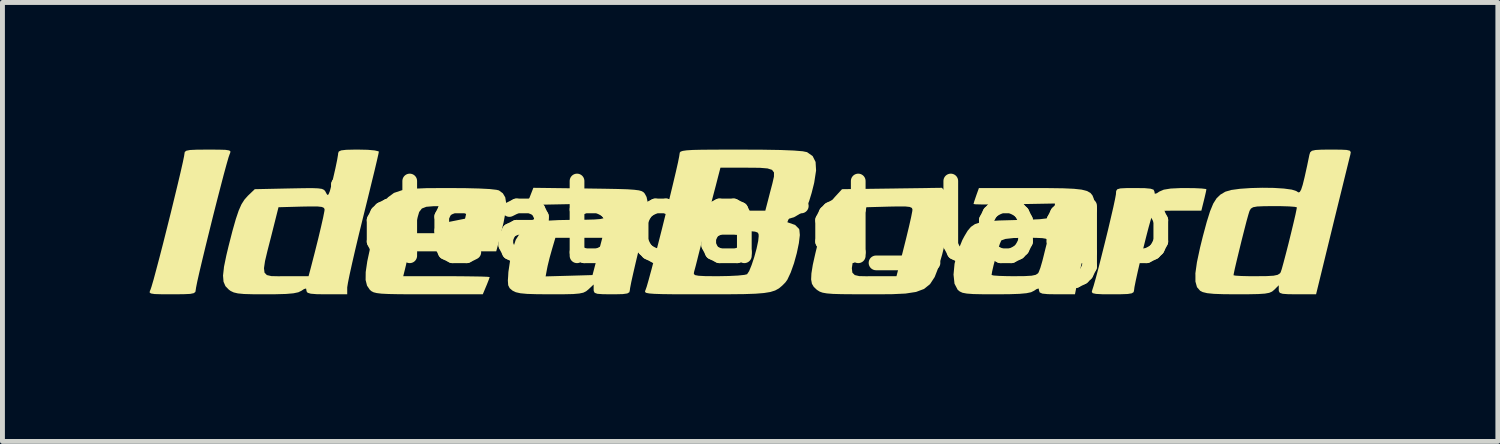
<source format=kicad_pcb>
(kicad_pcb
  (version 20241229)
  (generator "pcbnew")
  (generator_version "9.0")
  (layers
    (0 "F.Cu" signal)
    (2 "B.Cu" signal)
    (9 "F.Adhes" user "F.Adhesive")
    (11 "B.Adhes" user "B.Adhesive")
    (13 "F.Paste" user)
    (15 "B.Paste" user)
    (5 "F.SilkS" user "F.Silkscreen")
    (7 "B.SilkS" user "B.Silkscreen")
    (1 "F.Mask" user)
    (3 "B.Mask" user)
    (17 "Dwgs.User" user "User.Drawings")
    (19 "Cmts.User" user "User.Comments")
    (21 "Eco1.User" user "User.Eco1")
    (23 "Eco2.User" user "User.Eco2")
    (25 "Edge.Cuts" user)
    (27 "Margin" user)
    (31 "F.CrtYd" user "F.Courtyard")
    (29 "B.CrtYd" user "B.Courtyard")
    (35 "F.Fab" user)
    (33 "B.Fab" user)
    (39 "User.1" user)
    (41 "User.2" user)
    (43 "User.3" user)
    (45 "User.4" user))
  (footprint "ideaboard_logo"
    (layer "F.Cu")
    (at 12.234 1.475)
    (property "Reference" "ideaboard_logo" (at 0 0 0) (layer "F.SilkS") (effects (font (size 1.524 1.524) (thickness 0.3))))
    (attr board_only exclude_from_pos_files exclude_from_bom)
    (fp_poly (pts (xy -10.824 -1.474) (xy -10.686 -1.47) (xy -10.611 -1.458) (xy -10.585 -1.437) (xy -10.592 -1.404) (xy -10.6 -1.387) (xy -10.624 -1.319) (xy -10.665 -1.176) (xy -10.721 -0.971) (xy -10.787 -0.718) (xy -10.861 -0.432) (xy -10.939 -0.125) (xy -11.016 0.186) (xy -11.091 0.49) (xy -11.159 0.771) (xy -11.217 1.016) (xy -11.261 1.21) (xy -11.287 1.34) (xy -11.294 1.388) (xy -11.301 1.427) (xy -11.334 1.452) (xy -11.407 1.467) (xy -11.539 1.473) (xy -11.744 1.475) (xy -11.78 1.475) (xy -11.995 1.474) (xy -12.132 1.47) (xy -12.207 1.458) (xy -12.234 1.437) (xy -12.227 1.404) (xy -12.218 1.387) (xy -12.195 1.319) (xy -12.153 1.176) (xy -12.098 0.971) (xy -12.031 0.718) (xy -11.957 0.432) (xy -11.88 0.125) (xy -11.802 -0.186) (xy -11.728 -0.49) (xy -11.66 -0.771) (xy -11.602 -1.016) (xy -11.558 -1.21) (xy -11.531 -1.34) (xy -11.524 -1.388) (xy -11.517 -1.427) (xy -11.485 -1.452) (xy -11.411 -1.467) (xy -11.28 -1.473) (xy -11.075 -1.475) (xy -11.039 -1.475)) (stroke (width 0) (type solid)) (fill yes) (layer "F.SilkS"))
    (fp_poly (pts (xy 9.07 -0.689) (xy 9.215 -0.682) (xy 9.299 -0.672) (xy 9.312 -0.666) (xy 9.301 -0.609) (xy 9.275 -0.496) (xy 9.26 -0.435) (xy 9.209 -0.23) (xy 8.729 -0.23) (xy 8.513 -0.229) (xy 8.372 -0.223) (xy 8.286 -0.209) (xy 8.239 -0.182) (xy 8.211 -0.14) (xy 8.205 -0.127) (xy 8.176 -0.041) (xy 8.133 0.113) (xy 8.081 0.313) (xy 8.024 0.541) (xy 7.967 0.776) (xy 7.915 0.999) (xy 7.873 1.19) (xy 7.845 1.329) (xy 7.837 1.392) (xy 7.828 1.431) (xy 7.79 1.455) (xy 7.706 1.469) (xy 7.559 1.474) (xy 7.394 1.475) (xy 7.19 1.474) (xy 7.062 1.467) (xy 6.996 1.453) (xy 6.975 1.428) (xy 6.983 1.394) (xy 7.012 1.304) (xy 7.057 1.145) (xy 7.113 0.935) (xy 7.175 0.689) (xy 7.241 0.426) (xy 7.306 0.162) (xy 7.364 -0.085) (xy 7.414 -0.3) (xy 7.449 -0.465) (xy 7.467 -0.562) (xy 7.468 -0.577) (xy 7.472 -0.632) (xy 7.495 -0.666) (xy 7.556 -0.684) (xy 7.672 -0.69) (xy 7.86 -0.691) (xy 8.054 -0.689) (xy 8.173 -0.678) (xy 8.234 -0.658) (xy 8.251 -0.623) (xy 8.252 -0.62) (xy 8.26 -0.574) (xy 8.301 -0.585) (xy 8.354 -0.62) (xy 8.442 -0.658) (xy 8.584 -0.681) (xy 8.795 -0.691) (xy 8.884 -0.691)) (stroke (width 0) (type solid)) (fill yes) (layer "F.SilkS"))
    (fp_poly (pts (xy 4.033 -0.581) (xy 4.09 -0.517) (xy 4.126 -0.449) (xy 4.14 -0.362) (xy 4.131 -0.241) (xy 4.1 -0.07) (xy 4.046 0.166) (xy 4.009 0.32) (xy 3.926 0.658) (xy 3.85 0.923) (xy 3.772 1.123) (xy 3.677 1.268) (xy 3.555 1.366) (xy 3.392 1.427) (xy 3.177 1.46) (xy 2.897 1.473) (xy 2.541 1.475) (xy 2.438 1.475) (xy 2.117 1.474) (xy 1.875 1.472) (xy 1.698 1.467) (xy 1.574 1.457) (xy 1.488 1.442) (xy 1.429 1.421) (xy 1.381 1.391) (xy 1.366 1.38) (xy 1.307 1.324) (xy 1.269 1.26) (xy 1.253 1.172) (xy 1.259 1.048) (xy 1.276 0.943) (xy 2.083 0.943) (xy 2.094 1.034) (xy 2.143 1.083) (xy 2.233 1.104) (xy 2.37 1.107) (xy 2.534 1.106) (xy 2.993 1.106) (xy 3.038 0.933) (xy 3.118 0.623) (xy 3.189 0.34) (xy 3.248 0.096) (xy 3.291 -0.094) (xy 3.315 -0.217) (xy 3.319 -0.252) (xy 3.308 -0.285) (xy 3.263 -0.306) (xy 3.17 -0.316) (xy 3.012 -0.316) (xy 2.849 -0.313) (xy 2.38 -0.3) (xy 2.228 0.3) (xy 2.155 0.588) (xy 2.105 0.798) (xy 2.083 0.943) (xy 1.276 0.943) (xy 1.287 0.874) (xy 1.34 0.638) (xy 1.414 0.335) (xy 1.485 0.062) (xy 1.542 -0.139) (xy 1.593 -0.283) (xy 1.645 -0.388) (xy 1.703 -0.47) (xy 1.733 -0.505) (xy 1.883 -0.668) (xy 3.918 -0.696)) (stroke (width 0) (type solid)) (fill yes) (layer "F.SilkS"))
    (fp_poly (pts (xy -5.797 -0.689) (xy -5.516 -0.682) (xy -5.301 -0.671) (xy -5.161 -0.655) (xy -5.112 -0.643) (xy -5.032 -0.584) (xy -4.983 -0.501) (xy -4.964 -0.382) (xy -4.975 -0.215) (xy -5.017 0.011) (xy -5.089 0.308) (xy -5.12 0.426) (xy -5.167 0.599) (xy -6.949 0.599) (xy -6.976 0.732) (xy -7.007 0.879) (xy -7.033 0.986) (xy -7.063 1.106) (xy -6.182 1.106) (xy -5.909 1.107) (xy -5.67 1.11) (xy -5.479 1.113) (xy -5.352 1.118) (xy -5.302 1.123) (xy -5.301 1.124) (xy -5.317 1.173) (xy -5.357 1.275) (xy -5.371 1.308) (xy -5.441 1.475) (xy -6.547 1.475) (xy -6.895 1.475) (xy -7.163 1.473) (xy -7.363 1.469) (xy -7.506 1.462) (xy -7.604 1.45) (xy -7.668 1.434) (xy -7.712 1.411) (xy -7.744 1.383) (xy -7.801 1.299) (xy -7.83 1.183) (xy -7.828 1.021) (xy -7.796 0.802) (xy -7.734 0.514) (xy -7.696 0.36) (xy -7.663 0.23) (xy -6.833 0.23) (xy -5.87 0.23) (xy -5.816 -0.004) (xy -5.785 -0.145) (xy -5.766 -0.249) (xy -5.762 -0.28) (xy -5.805 -0.298) (xy -5.921 -0.312) (xy -6.089 -0.321) (xy -6.224 -0.323) (xy -6.445 -0.321) (xy -6.592 -0.309) (xy -6.683 -0.274) (xy -6.738 -0.203) (xy -6.773 -0.084) (xy -6.802 0.064) (xy -6.833 0.23) (xy -7.663 0.23) (xy -7.617 0.053) (xy -7.545 -0.188) (xy -7.468 -0.37) (xy -7.375 -0.502) (xy -7.252 -0.592) (xy -7.088 -0.647) (xy -6.871 -0.677) (xy -6.588 -0.689) (xy -6.228 -0.691) (xy -6.133 -0.691)) (stroke (width 0) (type solid)) (fill yes) (layer "F.SilkS"))
    (fp_poly (pts (xy -3.307 -0.682) (xy -2.959 -0.677) (xy -2.692 -0.672) (xy -2.494 -0.666) (xy -2.353 -0.656) (xy -2.258 -0.644) (xy -2.199 -0.627) (xy -2.162 -0.604) (xy -2.14 -0.579) (xy -2.102 -0.509) (xy -2.083 -0.42) (xy -2.083 -0.298) (xy -2.105 -0.131) (xy -2.149 0.094) (xy -2.217 0.389) (xy -2.259 0.559) (xy -2.32 0.814) (xy -2.373 1.042) (xy -2.414 1.226) (xy -2.438 1.35) (xy -2.443 1.391) (xy -2.453 1.433) (xy -2.495 1.458) (xy -2.587 1.471) (xy -2.748 1.475) (xy -2.812 1.475) (xy -2.995 1.473) (xy -3.105 1.465) (xy -3.16 1.445) (xy -3.179 1.408) (xy -3.181 1.375) (xy -3.181 1.275) (xy -3.287 1.375) (xy -3.335 1.414) (xy -3.392 1.442) (xy -3.474 1.459) (xy -3.598 1.47) (xy -3.78 1.474) (xy -4.036 1.475) (xy -4.061 1.475) (xy -4.337 1.473) (xy -4.536 1.467) (xy -4.674 1.454) (xy -4.767 1.433) (xy -4.83 1.403) (xy -4.836 1.399) (xy -4.893 1.351) (xy -4.923 1.291) (xy -4.93 1.195) (xy -4.924 1.11) (xy -4.16 1.11) (xy -3.682 1.097) (xy -3.204 1.083) (xy -3.104 0.703) (xy -3.004 0.323) (xy -3.961 0.323) (xy -4.03 0.557) (xy -4.078 0.728) (xy -4.118 0.891) (xy -4.13 0.95) (xy -4.16 1.11) (xy -4.924 1.11) (xy -4.92 1.034) (xy -4.919 1.019) (xy -4.864 0.652) (xy -4.769 0.364) (xy -4.635 0.155) (xy -4.462 0.029) (xy -4.424 0.014) (xy -4.312 -0.008) (xy -4.127 -0.026) (xy -3.889 -0.038) (xy -3.616 -0.043) (xy -3.609 -0.043) (xy -3.35 -0.045) (xy -3.168 -0.05) (xy -3.048 -0.059) (xy -2.974 -0.076) (xy -2.931 -0.101) (xy -2.905 -0.138) (xy -2.902 -0.142) (xy -2.872 -0.246) (xy -2.878 -0.308) (xy -2.899 -0.333) (xy -2.949 -0.351) (xy -3.039 -0.362) (xy -3.183 -0.367) (xy -3.392 -0.367) (xy -3.679 -0.363) (xy -3.726 -0.362) (xy -4.547 -0.346) (xy -4.478 -0.521) (xy -4.41 -0.696)) (stroke (width 0) (type solid)) (fill yes) (layer "F.SilkS"))
    (fp_poly (pts (xy -7.786 -1.471) (xy -7.644 -1.458) (xy -7.568 -1.44) (xy -7.56 -1.431) (xy -7.571 -1.376) (xy -7.601 -1.244) (xy -7.648 -1.045) (xy -7.71 -0.792) (xy -7.782 -0.496) (xy -7.863 -0.169) (xy -7.883 -0.089) (xy -7.966 0.249) (xy -8.041 0.564) (xy -8.105 0.842) (xy -8.156 1.072) (xy -8.19 1.24) (xy -8.205 1.333) (xy -8.205 1.342) (xy -8.205 1.475) (xy -8.62 1.475) (xy -8.822 1.473) (xy -8.947 1.463) (xy -9.012 1.444) (xy -9.035 1.413) (xy -9.035 1.403) (xy -9.044 1.357) (xy -9.085 1.368) (xy -9.138 1.403) (xy -9.202 1.434) (xy -9.302 1.455) (xy -9.453 1.468) (xy -9.671 1.474) (xy -9.869 1.475) (xy -10.126 1.474) (xy -10.309 1.469) (xy -10.434 1.457) (xy -10.519 1.437) (xy -10.582 1.407) (xy -10.619 1.38) (xy -10.688 1.309) (xy -10.727 1.218) (xy -10.737 1.093) (xy -10.72 0.943) (xy -9.902 0.943) (xy -9.891 1.034) (xy -9.843 1.083) (xy -9.752 1.104) (xy -9.615 1.107) (xy -9.452 1.106) (xy -8.993 1.106) (xy -8.947 0.933) (xy -8.867 0.623) (xy -8.796 0.34) (xy -8.738 0.096) (xy -8.695 -0.094) (xy -8.671 -0.217) (xy -8.666 -0.252) (xy -8.678 -0.285) (xy -8.722 -0.306) (xy -8.815 -0.316) (xy -8.973 -0.316) (xy -9.136 -0.313) (xy -9.606 -0.3) (xy -9.757 0.3) (xy -9.831 0.588) (xy -9.881 0.798) (xy -9.902 0.943) (xy -10.72 0.943) (xy -10.718 0.918) (xy -10.669 0.68) (xy -10.624 0.492) (xy -10.544 0.18) (xy -10.477 -0.056) (xy -10.418 -0.231) (xy -10.362 -0.358) (xy -10.302 -0.453) (xy -10.234 -0.53) (xy -10.23 -0.534) (xy -10.09 -0.668) (xy -9.386 -0.683) (xy -9.118 -0.688) (xy -8.928 -0.69) (xy -8.8 -0.685) (xy -8.721 -0.674) (xy -8.676 -0.653) (xy -8.65 -0.621) (xy -8.635 -0.591) (xy -8.611 -0.551) (xy -8.587 -0.56) (xy -8.559 -0.628) (xy -8.522 -0.768) (xy -8.489 -0.905) (xy -8.445 -1.097) (xy -8.411 -1.261) (xy -8.392 -1.373) (xy -8.39 -1.4) (xy -8.377 -1.436) (xy -8.328 -1.459) (xy -8.226 -1.471) (xy -8.053 -1.475) (xy -7.975 -1.475)) (stroke (width 0) (type solid)) (fill yes) (layer "F.SilkS"))
    (fp_poly (pts (xy 6.107 -0.69) (xy 6.394 -0.686) (xy 6.611 -0.676) (xy 6.768 -0.659) (xy 6.876 -0.631) (xy 6.947 -0.592) (xy 6.99 -0.539) (xy 7.017 -0.47) (xy 7.025 -0.44) (xy 7.026 -0.346) (xy 7.002 -0.178) (xy 6.958 0.048) (xy 6.896 0.311) (xy 6.833 0.567) (xy 6.774 0.816) (xy 6.724 1.033) (xy 6.689 1.191) (xy 6.685 1.21) (xy 6.632 1.475) (xy 6.266 1.475) (xy 6.079 1.472) (xy 5.967 1.461) (xy 5.913 1.437) (xy 5.901 1.403) (xy 5.892 1.357) (xy 5.851 1.368) (xy 5.798 1.403) (xy 5.737 1.433) (xy 5.642 1.453) (xy 5.499 1.466) (xy 5.294 1.473) (xy 5.014 1.475) (xy 4.747 1.474) (xy 4.556 1.47) (xy 4.426 1.46) (xy 4.34 1.444) (xy 4.284 1.418) (xy 4.241 1.383) (xy 4.176 1.259) (xy 4.157 1.081) (xy 4.932 1.081) (xy 4.975 1.092) (xy 5.091 1.1) (xy 5.259 1.105) (xy 5.392 1.106) (xy 5.607 1.104) (xy 5.748 1.096) (xy 5.832 1.078) (xy 5.878 1.048) (xy 5.892 1.026) (xy 5.927 0.935) (xy 5.968 0.794) (xy 5.988 0.715) (xy 6.025 0.565) (xy 6.056 0.443) (xy 6.067 0.403) (xy 6.07 0.367) (xy 6.042 0.343) (xy 5.967 0.33) (xy 5.83 0.324) (xy 5.633 0.323) (xy 5.38 0.328) (xy 5.216 0.346) (xy 5.134 0.375) (xy 5.129 0.38) (xy 5.101 0.444) (xy 5.06 0.569) (xy 5.015 0.725) (xy 4.973 0.882) (xy 4.943 1.012) (xy 4.932 1.081) (xy 4.157 1.081) (xy 4.156 1.076) (xy 4.177 0.853) (xy 4.238 0.611) (xy 4.335 0.371) (xy 4.378 0.29) (xy 4.443 0.181) (xy 4.51 0.101) (xy 4.593 0.044) (xy 4.708 0.007) (xy 4.868 -0.016) (xy 5.09 -0.03) (xy 5.387 -0.038) (xy 5.416 -0.039) (xy 5.706 -0.046) (xy 5.917 -0.056) (xy 6.061 -0.073) (xy 6.15 -0.099) (xy 6.199 -0.14) (xy 6.219 -0.197) (xy 6.223 -0.269) (xy 6.223 -0.376) (xy 5.393 -0.361) (xy 5.128 -0.357) (xy 4.898 -0.356) (xy 4.718 -0.357) (xy 4.602 -0.36) (xy 4.564 -0.366) (xy 4.578 -0.418) (xy 4.613 -0.52) (xy 4.619 -0.538) (xy 4.674 -0.691) (xy 5.738 -0.691)) (stroke (width 0) (type solid)) (fill yes) (layer "F.SilkS"))
    (fp_poly (pts (xy 12.051 -1.474) (xy 12.172 -1.468) (xy 12.235 -1.453) (xy 12.255 -1.425) (xy 12.248 -1.38) (xy 12.248 -1.379) (xy 12.231 -1.312) (xy 12.195 -1.166) (xy 12.143 -0.955) (xy 12.078 -0.69) (xy 12.002 -0.382) (xy 11.919 -0.045) (xy 11.885 0.095) (xy 11.548 1.474) (xy 11.167 1.475) (xy 10.98 1.473) (xy 10.867 1.465) (xy 10.809 1.446) (xy 10.789 1.411) (xy 10.787 1.383) (xy 10.787 1.291) (xy 10.695 1.383) (xy 10.65 1.42) (xy 10.592 1.445) (xy 10.504 1.461) (xy 10.37 1.47) (xy 10.174 1.474) (xy 9.944 1.475) (xy 9.666 1.473) (xy 9.465 1.466) (xy 9.327 1.452) (xy 9.236 1.43) (xy 9.184 1.403) (xy 9.12 1.33) (xy 9.088 1.215) (xy 9.088 1.087) (xy 9.865 1.087) (xy 9.908 1.095) (xy 10.023 1.102) (xy 10.192 1.106) (xy 10.324 1.106) (xy 10.54 1.104) (xy 10.681 1.096) (xy 10.765 1.078) (xy 10.811 1.048) (xy 10.826 1.026) (xy 10.848 0.961) (xy 10.885 0.827) (xy 10.933 0.645) (xy 10.987 0.435) (xy 11.04 0.219) (xy 11.089 0.016) (xy 11.128 -0.152) (xy 11.151 -0.265) (xy 11.156 -0.298) (xy 11.113 -0.308) (xy 10.997 -0.317) (xy 10.829 -0.322) (xy 10.694 -0.323) (xy 10.483 -0.321) (xy 10.346 -0.315) (xy 10.264 -0.3) (xy 10.219 -0.272) (xy 10.192 -0.227) (xy 10.189 -0.219) (xy 10.167 -0.148) (xy 10.129 -0.012) (xy 10.082 0.171) (xy 10.029 0.38) (xy 9.977 0.593) (xy 9.929 0.791) (xy 9.891 0.953) (xy 9.869 1.059) (xy 9.865 1.087) (xy 9.088 1.087) (xy 9.087 1.048) (xy 9.119 0.82) (xy 9.183 0.521) (xy 9.24 0.291) (xy 9.319 -0.002) (xy 9.387 -0.219) (xy 9.451 -0.374) (xy 9.519 -0.482) (xy 9.597 -0.557) (xy 9.693 -0.614) (xy 9.702 -0.618) (xy 9.819 -0.652) (xy 9.997 -0.676) (xy 10.215 -0.691) (xy 10.451 -0.697) (xy 10.683 -0.694) (xy 10.891 -0.681) (xy 11.054 -0.659) (xy 11.148 -0.628) (xy 11.155 -0.623) (xy 11.187 -0.602) (xy 11.215 -0.61) (xy 11.243 -0.658) (xy 11.275 -0.756) (xy 11.314 -0.914) (xy 11.365 -1.144) (xy 11.412 -1.371) (xy 11.428 -1.42) (xy 11.463 -1.451) (xy 11.536 -1.467) (xy 11.664 -1.474) (xy 11.853 -1.475)) (stroke (width 0) (type solid)) (fill yes) (layer "F.SilkS"))
    (fp_poly (pts (xy 0.266 -1.473) (xy 0.629 -1.467) (xy 0.901 -1.456) (xy 1.082 -1.441) (xy 1.17 -1.423) (xy 1.284 -1.343) (xy 1.344 -1.223) (xy 1.354 -1.049) (xy 1.317 -0.808) (xy 1.311 -0.78) (xy 1.264 -0.593) (xy 1.213 -0.426) (xy 1.169 -0.312) (xy 1.167 -0.308) (xy 1.064 -0.19) (xy 0.904 -0.096) (xy 0.722 -0.045) (xy 0.681 -0.041) (xy 0.656 -0.03) (xy 0.711 -0.008) (xy 0.774 0.008) (xy 0.926 0.061) (xy 1.005 0.14) (xy 1.013 0.159) (xy 1.023 0.267) (xy 1.003 0.434) (xy 0.961 0.635) (xy 0.904 0.842) (xy 0.837 1.031) (xy 0.769 1.176) (xy 0.73 1.231) (xy 0.662 1.3) (xy 0.596 1.355) (xy 0.52 1.397) (xy 0.422 1.428) (xy 0.292 1.449) (xy 0.118 1.463) (xy -0.111 1.471) (xy -0.407 1.474) (xy -0.78 1.475) (xy -0.898 1.475) (xy -1.273 1.475) (xy -1.565 1.474) (xy -1.785 1.471) (xy -1.942 1.466) (xy -2.045 1.458) (xy -2.105 1.447) (xy -2.131 1.431) (xy -2.133 1.41) (xy -2.123 1.387) (xy -2.099 1.319) (xy -2.058 1.176) (xy -2.027 1.061) (xy -1.138 1.061) (xy -1.112 1.084) (xy -1.042 1.097) (xy -0.914 1.104) (xy -0.713 1.106) (xy -0.637 1.106) (xy -0.422 1.102) (xy -0.239 1.093) (xy -0.107 1.079) (xy -0.053 1.066) (xy -0.011 1.003) (xy 0.04 0.878) (xy 0.094 0.715) (xy 0.141 0.543) (xy 0.174 0.388) (xy 0.184 0.289) (xy 0.181 0.245) (xy 0.161 0.215) (xy 0.108 0.197) (xy 0.008 0.188) (xy -0.155 0.185) (xy -0.367 0.184) (xy -0.918 0.184) (xy -0.969 0.38) (xy -1.015 0.557) (xy -1.06 0.736) (xy -1.066 0.761) (xy -1.101 0.899) (xy -1.131 1.009) (xy -1.135 1.026) (xy -1.138 1.061) (xy -2.027 1.061) (xy -2.002 0.971) (xy -1.936 0.718) (xy -1.862 0.432) (xy -1.784 0.125) (xy -1.707 -0.186) (xy -1.671 -0.331) (xy -0.785 -0.331) (xy -0.759 -0.275) (xy -0.685 -0.245) (xy -0.549 -0.233) (xy -0.338 -0.23) (xy -0.232 -0.23) (xy 0.319 -0.23) (xy 0.37 -0.426) (xy 0.415 -0.601) (xy 0.461 -0.775) (xy 0.467 -0.8) (xy 0.495 -0.924) (xy 0.496 -1.008) (xy 0.456 -1.062) (xy 0.364 -1.091) (xy 0.206 -1.104) (xy -0.03 -1.106) (xy -0.066 -1.106) (xy -0.596 -1.106) (xy -0.647 -0.91) (xy -0.69 -0.742) (xy -0.733 -0.579) (xy -0.74 -0.553) (xy -0.774 -0.421) (xy -0.785 -0.331) (xy -1.671 -0.331) (xy -1.632 -0.49) (xy -1.564 -0.771) (xy -1.506 -1.016) (xy -1.462 -1.21) (xy -1.436 -1.34) (xy -1.429 -1.388) (xy -1.425 -1.414) (xy -1.407 -1.434) (xy -1.363 -1.449) (xy -1.285 -1.46) (xy -1.161 -1.468) (xy -0.982 -1.472) (xy -0.737 -1.474) (xy -0.417 -1.475) (xy -0.187 -1.475)) (stroke (width 0) (type solid)) (fill yes) (layer "F.SilkS")))
  (gr_rect
    (start -3 -3)
    (end 27.488 5.95)
    (stroke (width 0.1) (type default))
    (fill no)
    (layer "Edge.Cuts")))
</source>
